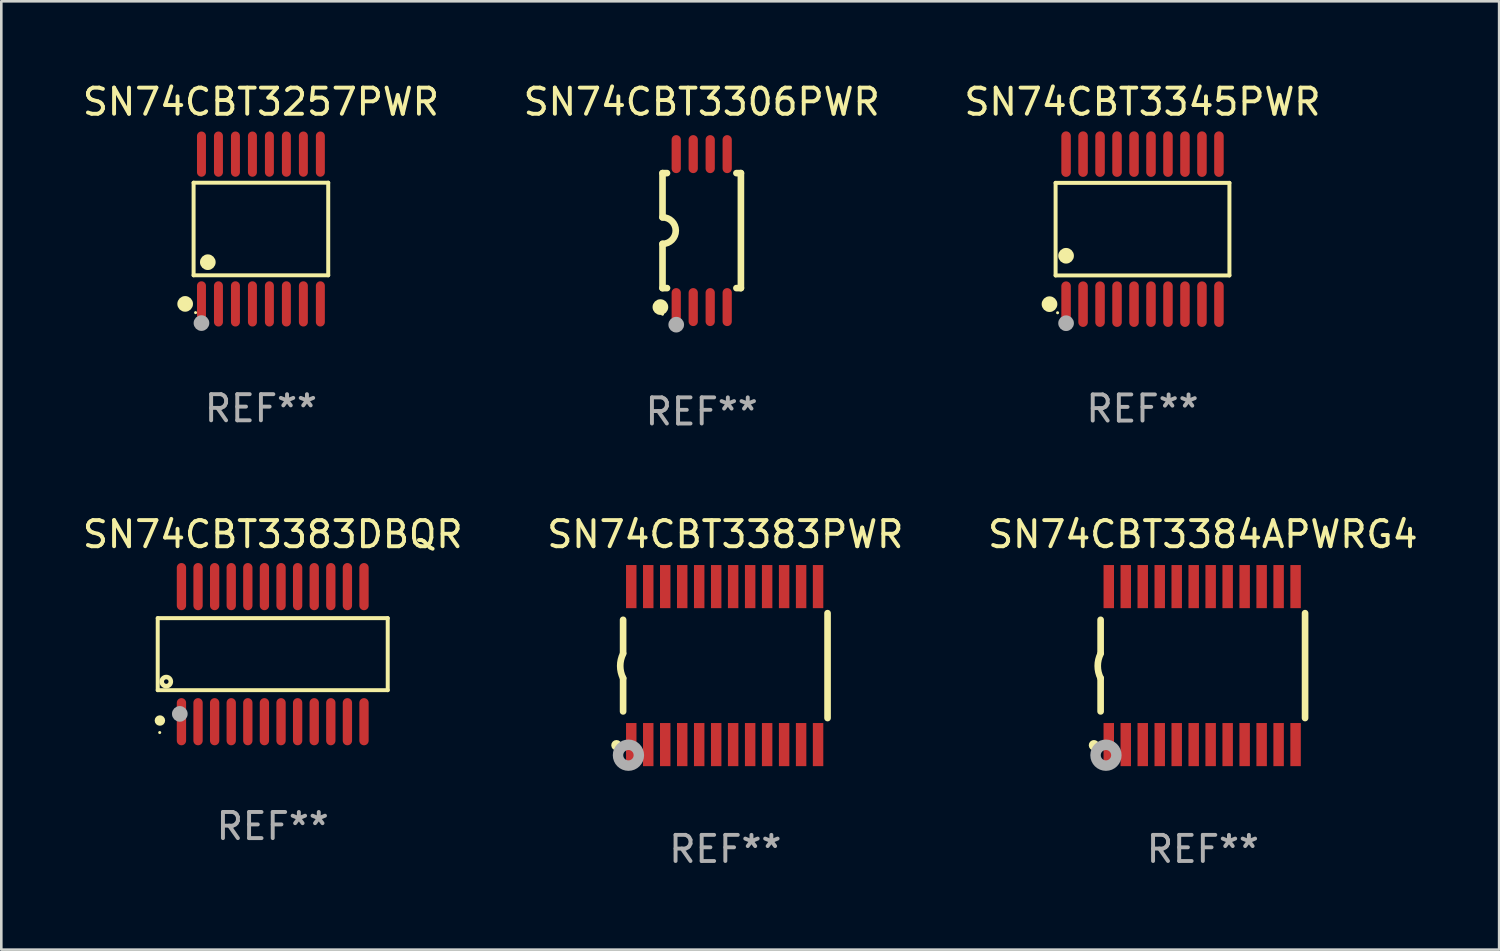
<source format=kicad_pcb>
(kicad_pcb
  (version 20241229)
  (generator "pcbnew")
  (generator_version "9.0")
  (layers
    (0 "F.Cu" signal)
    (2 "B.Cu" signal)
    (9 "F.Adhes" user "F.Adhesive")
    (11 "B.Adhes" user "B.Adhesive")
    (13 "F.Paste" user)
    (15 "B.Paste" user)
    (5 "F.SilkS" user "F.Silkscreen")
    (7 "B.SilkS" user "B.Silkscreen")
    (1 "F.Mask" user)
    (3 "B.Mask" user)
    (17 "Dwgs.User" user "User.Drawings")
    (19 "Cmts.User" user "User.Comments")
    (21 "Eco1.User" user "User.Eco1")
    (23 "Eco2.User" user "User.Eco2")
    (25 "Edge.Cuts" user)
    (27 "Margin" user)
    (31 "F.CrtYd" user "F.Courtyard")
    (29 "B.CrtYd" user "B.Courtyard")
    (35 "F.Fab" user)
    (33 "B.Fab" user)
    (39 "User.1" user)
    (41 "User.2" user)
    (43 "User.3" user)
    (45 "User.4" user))
  (footprint "SN74CBT3383PWR"
    (layer "F.Cu")
    (at 24.708 22.422)
    (property "Reference" "SN74CBT3383PWR" (at 0 -5.023 0) (layer "F.SilkS") (effects (font (size 1 1) (thickness 0.15))))
    (attr through_hole)
    (fp_line (start -3.912 -0.483) (end -3.912 -1.753) (stroke (width 0.254) (type solid)) (layer "F.SilkS"))
    (fp_line (start -3.912 1.753) (end -3.912 0.483) (stroke (width 0.254) (type solid)) (layer "F.SilkS"))
    (fp_line (start 3.912 -2.007) (end 3.912 2.007) (stroke (width 0.254) (type solid)) (layer "F.SilkS"))
    (fp_arc (start -3.911608 0.482601) (mid -4.022537 0.0127) (end -3.911608 -0.457201) (stroke (width 0.254001) (type solid)) (layer "F.SilkS"))
    (fp_circle (center -4.166 3.048) (end -4.066 3.048) (stroke (width 0.2) (type solid)) (fill no) (layer "F.SilkS"))
    (fp_circle (center -3.925 3.186) (end -3.895 3.186) (stroke (width 0.06) (type solid)) (fill no) (layer "F.SilkS"))
    (fp_circle (center -3.708 3.429) (end -3.509 3.429) (stroke (width 0.4) (type solid)) (fill no) (layer "F.Fab"))
    (fp_text user "REF**" (at 0 7.023 0) (layer "F.Fab") (effects (font (size 1 1) (thickness 0.15))))
    (pad "1" smd rect (at -3.6 3.023) (size 0.4 1.65) (layers "F.Cu" "F.Mask" "F.Paste"))
    (pad "2" smd rect (at -2.95 3.023) (size 0.4 1.65) (layers "F.Cu" "F.Mask" "F.Paste"))
    (pad "3" smd rect (at -2.3 3.023) (size 0.4 1.65) (layers "F.Cu" "F.Mask" "F.Paste"))
    (pad "4" smd rect (at -1.65 3.023) (size 0.4 1.65) (layers "F.Cu" "F.Mask" "F.Paste"))
    (pad "5" smd rect (at -1 3.023) (size 0.4 1.65) (layers "F.Cu" "F.Mask" "F.Paste"))
    (pad "6" smd rect (at -0.35 3.023) (size 0.4 1.65) (layers "F.Cu" "F.Mask" "F.Paste"))
    (pad "7" smd rect (at 0.299 3.023) (size 0.4 1.65) (layers "F.Cu" "F.Mask" "F.Paste"))
    (pad "8" smd rect (at 0.95 3.023) (size 0.4 1.65) (layers "F.Cu" "F.Mask" "F.Paste"))
    (pad "9" smd rect (at 1.6 3.023) (size 0.4 1.65) (layers "F.Cu" "F.Mask" "F.Paste"))
    (pad "10" smd rect (at 2.25 3.023) (size 0.4 1.65) (layers "F.Cu" "F.Mask" "F.Paste"))
    (pad "11" smd rect (at 2.9 3.023) (size 0.4 1.65) (layers "F.Cu" "F.Mask" "F.Paste"))
    (pad "12" smd rect (at 3.549 3.023) (size 0.4 1.65) (layers "F.Cu" "F.Mask" "F.Paste"))
    (pad "13" smd rect (at 3.549 -3.023) (size 0.4 1.65) (layers "F.Cu" "F.Mask" "F.Paste"))
    (pad "14" smd rect (at 2.9 -3.023) (size 0.4 1.65) (layers "F.Cu" "F.Mask" "F.Paste"))
    (pad "15" smd rect (at 2.25 -3.023) (size 0.4 1.65) (layers "F.Cu" "F.Mask" "F.Paste"))
    (pad "16" smd rect (at 1.6 -3.023) (size 0.4 1.65) (layers "F.Cu" "F.Mask" "F.Paste"))
    (pad "17" smd rect (at 0.95 -3.023) (size 0.4 1.65) (layers "F.Cu" "F.Mask" "F.Paste"))
    (pad "18" smd rect (at 0.299 -3.023) (size 0.4 1.65) (layers "F.Cu" "F.Mask" "F.Paste"))
    (pad "19" smd rect (at -0.35 -3.023) (size 0.4 1.65) (layers "F.Cu" "F.Mask" "F.Paste"))
    (pad "20" smd rect (at -1 -3.023) (size 0.4 1.65) (layers "F.Cu" "F.Mask" "F.Paste"))
    (pad "21" smd rect (at -1.65 -3.023) (size 0.4 1.65) (layers "F.Cu" "F.Mask" "F.Paste"))
    (pad "22" smd rect (at -2.3 -3.023) (size 0.4 1.65) (layers "F.Cu" "F.Mask" "F.Paste"))
    (pad "23" smd rect (at -2.95 -3.023) (size 0.4 1.65) (layers "F.Cu" "F.Mask" "F.Paste"))
    (pad "24" smd rect (at -3.6 -3.023) (size 0.4 1.65) (layers "F.Cu" "F.Mask" "F.Paste")))
  (footprint "SN74CBT3306PWR"
    (layer "F.Cu")
    (at 23.804 5.775)
    (property "Reference" "SN74CBT3306PWR" (at 0 -4.927 0) (layer "F.SilkS") (effects (font (size 1 1) (thickness 0.15))))
    (attr through_hole)
    (fp_line (start -1.5 -2.2) (end -1.5 -0.508) (stroke (width 0.254) (type solid)) (layer "F.SilkS"))
    (fp_line (start -1.5 -2.2) (end -1.328 -2.2) (stroke (width 0.254) (type solid)) (layer "F.SilkS"))
    (fp_line (start -1.5 2.2) (end -1.5 0.508) (stroke (width 0.254) (type solid)) (layer "F.SilkS"))
    (fp_line (start -1.5 2.2) (end -1.328 2.2) (stroke (width 0.254) (type solid)) (layer "F.SilkS"))
    (fp_line (start 1.328 -2.2) (end 1.5 -2.2) (stroke (width 0.254) (type solid)) (layer "F.SilkS"))
    (fp_line (start 1.328 2.2) (end 1.5 2.2) (stroke (width 0.254) (type solid)) (layer "F.SilkS"))
    (fp_line (start 1.5 -2.2) (end 1.5 2.2) (stroke (width 0.254) (type solid)) (layer "F.SilkS"))
    (fp_arc (start -1.501144 -0.508) (mid -0.993143 -0.000571) (end -1.5 0.508001) (stroke (width 0.254001) (type solid)) (layer "F.SilkS"))
    (fp_circle (center -1.581 2.927) (end -1.431 2.927) (stroke (width 0.3) (type solid)) (fill no) (layer "F.SilkS"))
    (fp_circle (center -1.5 3.2) (end -1.47 3.2) (stroke (width 0.06) (type solid)) (fill no) (layer "F.SilkS"))
    (fp_circle (center -0.975 3.6) (end -0.825 3.6) (stroke (width 0.3) (type solid)) (fill no) (layer "F.Fab"))
    (fp_text user "REF**" (at 0 6.927 0) (layer "F.Fab") (effects (font (size 1 1) (thickness 0.15))))
    (pad "1" smd oval (at -0.975 2.927) (size 0.353 1.454) (layers "F.Cu" "F.Mask" "F.Paste"))
    (pad "2" smd oval (at -0.325 2.927) (size 0.353 1.454) (layers "F.Cu" "F.Mask" "F.Paste"))
    (pad "3" smd oval (at 0.325 2.927) (size 0.353 1.454) (layers "F.Cu" "F.Mask" "F.Paste"))
    (pad "4" smd oval (at 0.975 2.927) (size 0.353 1.454) (layers "F.Cu" "F.Mask" "F.Paste"))
    (pad "5" smd oval (at 0.975 -2.927) (size 0.353 1.454) (layers "F.Cu" "F.Mask" "F.Paste"))
    (pad "6" smd oval (at 0.325 -2.927) (size 0.353 1.454) (layers "F.Cu" "F.Mask" "F.Paste"))
    (pad "7" smd oval (at -0.325 -2.927) (size 0.353 1.454) (layers "F.Cu" "F.Mask" "F.Paste"))
    (pad "8" smd oval (at -0.975 -2.927) (size 0.353 1.454) (layers "F.Cu" "F.Mask" "F.Paste")))
  (footprint "SN74CBT3257PWR"
    (layer "F.Cu")
    (at 6.935 5.714)
    (property "Reference" "SN74CBT3257PWR" (at 0 -4.866 0) (layer "F.SilkS") (effects (font (size 1 1) (thickness 0.15))))
    (attr through_hole)
    (fp_line (start -2.576 -1.772) (end 2.576 -1.772) (stroke (width 0.152) (type solid)) (layer "F.SilkS"))
    (fp_line (start -2.576 1.771) (end -2.576 -1.772) (stroke (width 0.152) (type solid)) (layer "F.SilkS"))
    (fp_line (start 2.576 -1.772) (end 2.576 1.771) (stroke (width 0.152) (type solid)) (layer "F.SilkS"))
    (fp_line (start 2.576 1.771) (end -2.576 1.771) (stroke (width 0.152) (type solid)) (layer "F.SilkS"))
    (fp_circle (center -2.899 2.866) (end -2.749 2.866) (stroke (width 0.3) (type solid)) (fill no) (layer "F.SilkS"))
    (fp_circle (center -2.5 3.2) (end -2.47 3.2) (stroke (width 0.06) (type solid)) (fill no) (layer "F.SilkS"))
    (fp_circle (center -2.032 1.27) (end -1.882 1.27) (stroke (width 0.3) (type solid)) (fill no) (layer "F.SilkS"))
    (fp_circle (center -2.275 3.6) (end -2.125 3.6) (stroke (width 0.3) (type solid)) (fill no) (layer "F.Fab"))
    (fp_text user "REF**" (at 0 6.866 0) (layer "F.Fab") (effects (font (size 1 1) (thickness 0.15))))
    (pad "1" smd oval (at -2.275 2.866) (size 0.343 1.731) (layers "F.Cu" "F.Mask" "F.Paste"))
    (pad "2" smd oval (at -1.625 2.866) (size 0.343 1.731) (layers "F.Cu" "F.Mask" "F.Paste"))
    (pad "3" smd oval (at -0.975 2.866) (size 0.343 1.731) (layers "F.Cu" "F.Mask" "F.Paste"))
    (pad "4" smd oval (at -0.325 2.866) (size 0.343 1.731) (layers "F.Cu" "F.Mask" "F.Paste"))
    (pad "5" smd oval (at 0.325 2.866) (size 0.343 1.731) (layers "F.Cu" "F.Mask" "F.Paste"))
    (pad "6" smd oval (at 0.975 2.866) (size 0.343 1.731) (layers "F.Cu" "F.Mask" "F.Paste"))
    (pad "7" smd oval (at 1.625 2.866) (size 0.343 1.731) (layers "F.Cu" "F.Mask" "F.Paste"))
    (pad "8" smd oval (at 2.275 2.866) (size 0.343 1.731) (layers "F.Cu" "F.Mask" "F.Paste"))
    (pad "9" smd oval (at 2.275 -2.866) (size 0.343 1.731) (layers "F.Cu" "F.Mask" "F.Paste"))
    (pad "10" smd oval (at 1.625 -2.866) (size 0.343 1.731) (layers "F.Cu" "F.Mask" "F.Paste"))
    (pad "11" smd oval (at 0.975 -2.866) (size 0.343 1.731) (layers "F.Cu" "F.Mask" "F.Paste"))
    (pad "12" smd oval (at 0.325 -2.866) (size 0.343 1.731) (layers "F.Cu" "F.Mask" "F.Paste"))
    (pad "13" smd oval (at -0.325 -2.866) (size 0.343 1.731) (layers "F.Cu" "F.Mask" "F.Paste"))
    (pad "14" smd oval (at -0.975 -2.866) (size 0.343 1.731) (layers "F.Cu" "F.Mask" "F.Paste"))
    (pad "15" smd oval (at -1.625 -2.866) (size 0.343 1.731) (layers "F.Cu" "F.Mask" "F.Paste"))
    (pad "16" smd oval (at -2.275 -2.866) (size 0.343 1.731) (layers "F.Cu" "F.Mask" "F.Paste")))
  (footprint "SN74CBT3384APWRG4"
    (layer "F.Cu")
    (at 42.982 22.422)
    (property "Reference" "SN74CBT3384APWRG4" (at 0 -5.023 0) (layer "F.SilkS") (effects (font (size 1 1) (thickness 0.15))))
    (attr through_hole)
    (fp_line (start -3.912 -0.483) (end -3.912 -1.753) (stroke (width 0.254) (type solid)) (layer "F.SilkS"))
    (fp_line (start -3.912 1.753) (end -3.912 0.483) (stroke (width 0.254) (type solid)) (layer "F.SilkS"))
    (fp_line (start 3.912 -2.007) (end 3.912 2.007) (stroke (width 0.254) (type solid)) (layer "F.SilkS"))
    (fp_arc (start -3.911608 0.482601) (mid -4.022537 0.0127) (end -3.911608 -0.457201) (stroke (width 0.254001) (type solid)) (layer "F.SilkS"))
    (fp_circle (center -4.166 3.048) (end -4.066 3.048) (stroke (width 0.2) (type solid)) (fill no) (layer "F.SilkS"))
    (fp_circle (center -3.925 3.186) (end -3.895 3.186) (stroke (width 0.06) (type solid)) (fill no) (layer "F.SilkS"))
    (fp_circle (center -3.708 3.429) (end -3.509 3.429) (stroke (width 0.4) (type solid)) (fill no) (layer "F.Fab"))
    (fp_text user "REF**" (at 0 7.023 0) (layer "F.Fab") (effects (font (size 1 1) (thickness 0.15))))
    (pad "1" smd rect (at -3.6 3.023) (size 0.4 1.65) (layers "F.Cu" "F.Mask" "F.Paste"))
    (pad "2" smd rect (at -2.95 3.023) (size 0.4 1.65) (layers "F.Cu" "F.Mask" "F.Paste"))
    (pad "3" smd rect (at -2.3 3.023) (size 0.4 1.65) (layers "F.Cu" "F.Mask" "F.Paste"))
    (pad "4" smd rect (at -1.65 3.023) (size 0.4 1.65) (layers "F.Cu" "F.Mask" "F.Paste"))
    (pad "5" smd rect (at -1 3.023) (size 0.4 1.65) (layers "F.Cu" "F.Mask" "F.Paste"))
    (pad "6" smd rect (at -0.35 3.023) (size 0.4 1.65) (layers "F.Cu" "F.Mask" "F.Paste"))
    (pad "7" smd rect (at 0.299 3.023) (size 0.4 1.65) (layers "F.Cu" "F.Mask" "F.Paste"))
    (pad "8" smd rect (at 0.95 3.023) (size 0.4 1.65) (layers "F.Cu" "F.Mask" "F.Paste"))
    (pad "9" smd rect (at 1.6 3.023) (size 0.4 1.65) (layers "F.Cu" "F.Mask" "F.Paste"))
    (pad "10" smd rect (at 2.25 3.023) (size 0.4 1.65) (layers "F.Cu" "F.Mask" "F.Paste"))
    (pad "11" smd rect (at 2.9 3.023) (size 0.4 1.65) (layers "F.Cu" "F.Mask" "F.Paste"))
    (pad "12" smd rect (at 3.549 3.023) (size 0.4 1.65) (layers "F.Cu" "F.Mask" "F.Paste"))
    (pad "13" smd rect (at 3.549 -3.023) (size 0.4 1.65) (layers "F.Cu" "F.Mask" "F.Paste"))
    (pad "14" smd rect (at 2.9 -3.023) (size 0.4 1.65) (layers "F.Cu" "F.Mask" "F.Paste"))
    (pad "15" smd rect (at 2.25 -3.023) (size 0.4 1.65) (layers "F.Cu" "F.Mask" "F.Paste"))
    (pad "16" smd rect (at 1.6 -3.023) (size 0.4 1.65) (layers "F.Cu" "F.Mask" "F.Paste"))
    (pad "17" smd rect (at 0.95 -3.023) (size 0.4 1.65) (layers "F.Cu" "F.Mask" "F.Paste"))
    (pad "18" smd rect (at 0.299 -3.023) (size 0.4 1.65) (layers "F.Cu" "F.Mask" "F.Paste"))
    (pad "19" smd rect (at -0.35 -3.023) (size 0.4 1.65) (layers "F.Cu" "F.Mask" "F.Paste"))
    (pad "20" smd rect (at -1 -3.023) (size 0.4 1.65) (layers "F.Cu" "F.Mask" "F.Paste"))
    (pad "21" smd rect (at -1.65 -3.023) (size 0.4 1.65) (layers "F.Cu" "F.Mask" "F.Paste"))
    (pad "22" smd rect (at -2.3 -3.023) (size 0.4 1.65) (layers "F.Cu" "F.Mask" "F.Paste"))
    (pad "23" smd rect (at -2.95 -3.023) (size 0.4 1.65) (layers "F.Cu" "F.Mask" "F.Paste"))
    (pad "24" smd rect (at -3.6 -3.023) (size 0.4 1.65) (layers "F.Cu" "F.Mask" "F.Paste")))
  (footprint "SN74CBT3345PWR"
    (layer "F.Cu")
    (at 40.673 5.719)
    (property "Reference" "SN74CBT3345PWR" (at 0 -4.871 0) (layer "F.SilkS") (effects (font (size 1 1) (thickness 0.15))))
    (attr through_hole)
    (fp_line (start -3.326 -1.771) (end 3.326 -1.771) (stroke (width 0.152) (type solid)) (layer "F.SilkS"))
    (fp_line (start -3.326 1.771) (end -3.326 -1.771) (stroke (width 0.152) (type solid)) (layer "F.SilkS"))
    (fp_line (start 3.326 -1.771) (end 3.326 1.771) (stroke (width 0.152) (type solid)) (layer "F.SilkS"))
    (fp_line (start 3.326 1.771) (end -3.326 1.771) (stroke (width 0.152) (type solid)) (layer "F.SilkS"))
    (fp_circle (center -3.559 2.871) (end -3.409 2.871) (stroke (width 0.3) (type solid)) (fill no) (layer "F.SilkS"))
    (fp_circle (center -3.25 3.2) (end -3.22 3.2) (stroke (width 0.06) (type solid)) (fill no) (layer "F.SilkS"))
    (fp_circle (center -2.925 1.019) (end -2.775 1.019) (stroke (width 0.3) (type solid)) (fill no) (layer "F.SilkS"))
    (fp_circle (center -2.925 3.6) (end -2.775 3.6) (stroke (width 0.3) (type solid)) (fill no) (layer "F.Fab"))
    (fp_text user "REF**" (at 0 6.871 0) (layer "F.Fab") (effects (font (size 1 1) (thickness 0.15))))
    (pad "1" smd oval (at -2.925 2.871) (size 0.364 1.742) (layers "F.Cu" "F.Mask" "F.Paste"))
    (pad "2" smd oval (at -2.275 2.871) (size 0.364 1.742) (layers "F.Cu" "F.Mask" "F.Paste"))
    (pad "3" smd oval (at -1.625 2.871) (size 0.364 1.742) (layers "F.Cu" "F.Mask" "F.Paste"))
    (pad "4" smd oval (at -0.975 2.871) (size 0.364 1.742) (layers "F.Cu" "F.Mask" "F.Paste"))
    (pad "5" smd oval (at -0.325 2.871) (size 0.364 1.742) (layers "F.Cu" "F.Mask" "F.Paste"))
    (pad "6" smd oval (at 0.325 2.871) (size 0.364 1.742) (layers "F.Cu" "F.Mask" "F.Paste"))
    (pad "7" smd oval (at 0.975 2.871) (size 0.364 1.742) (layers "F.Cu" "F.Mask" "F.Paste"))
    (pad "8" smd oval (at 1.625 2.871) (size 0.364 1.742) (layers "F.Cu" "F.Mask" "F.Paste"))
    (pad "9" smd oval (at 2.275 2.871) (size 0.364 1.742) (layers "F.Cu" "F.Mask" "F.Paste"))
    (pad "10" smd oval (at 2.925 2.871) (size 0.364 1.742) (layers "F.Cu" "F.Mask" "F.Paste"))
    (pad "11" smd oval (at 2.925 -2.871) (size 0.364 1.742) (layers "F.Cu" "F.Mask" "F.Paste"))
    (pad "12" smd oval (at 2.275 -2.871) (size 0.364 1.742) (layers "F.Cu" "F.Mask" "F.Paste"))
    (pad "13" smd oval (at 1.625 -2.871) (size 0.364 1.742) (layers "F.Cu" "F.Mask" "F.Paste"))
    (pad "14" smd oval (at 0.975 -2.871) (size 0.364 1.742) (layers "F.Cu" "F.Mask" "F.Paste"))
    (pad "15" smd oval (at 0.325 -2.871) (size 0.364 1.742) (layers "F.Cu" "F.Mask" "F.Paste"))
    (pad "16" smd oval (at -0.325 -2.871) (size 0.364 1.742) (layers "F.Cu" "F.Mask" "F.Paste"))
    (pad "17" smd oval (at -0.975 -2.871) (size 0.364 1.742) (layers "F.Cu" "F.Mask" "F.Paste"))
    (pad "18" smd oval (at -1.625 -2.871) (size 0.364 1.742) (layers "F.Cu" "F.Mask" "F.Paste"))
    (pad "19" smd oval (at -2.275 -2.871) (size 0.364 1.742) (layers "F.Cu" "F.Mask" "F.Paste"))
    (pad "20" smd oval (at -2.925 -2.871) (size 0.364 1.742) (layers "F.Cu" "F.Mask" "F.Paste")))
  (footprint "SN74CBT3383DBQR"
    (layer "F.Cu")
    (at 7.387 21.984)
    (property "Reference" "SN74CBT3383DBQR" (at 0 -4.585 0) (layer "F.SilkS") (effects (font (size 1 1) (thickness 0.15))))
    (attr through_hole)
    (fp_line (start -4.401 -1.378) (end 4.401 -1.378) (stroke (width 0.152) (type solid)) (layer "F.SilkS"))
    (fp_line (start -4.401 1.378) (end -4.401 -1.378) (stroke (width 0.152) (type solid)) (layer "F.SilkS"))
    (fp_line (start 4.401 -1.378) (end 4.401 1.378) (stroke (width 0.152) (type solid)) (layer "F.SilkS"))
    (fp_line (start 4.401 1.378) (end -4.401 1.378) (stroke (width 0.152) (type solid)) (layer "F.SilkS"))
    (fp_circle (center -4.325 3) (end -4.295 3) (stroke (width 0.06) (type solid)) (fill no) (layer "F.SilkS"))
    (fp_circle (center -4.318 2.54) (end -4.218 2.54) (stroke (width 0.2) (type solid)) (fill no) (layer "F.SilkS"))
    (fp_circle (center -4.074 1.05) (end -3.987 1.05) (stroke (width 0.175) (type solid)) (fill no) (layer "F.SilkS"))
    (fp_circle (center -3.556 2.286) (end -3.406 2.286) (stroke (width 0.3) (type solid)) (fill no) (layer "F.Fab"))
    (fp_text user "REF**" (at 0 6.585 0) (layer "F.Fab") (effects (font (size 1 1) (thickness 0.15))))
    (pad "1" smd oval (at -3.493 2.585) (size 0.356 1.805) (layers "F.Cu" "F.Mask" "F.Paste"))
    (pad "2" smd oval (at -2.858 2.585) (size 0.356 1.805) (layers "F.Cu" "F.Mask" "F.Paste"))
    (pad "3" smd oval (at -2.223 2.585) (size 0.356 1.805) (layers "F.Cu" "F.Mask" "F.Paste"))
    (pad "4" smd oval (at -1.588 2.585) (size 0.356 1.805) (layers "F.Cu" "F.Mask" "F.Paste"))
    (pad "5" smd oval (at -0.953 2.585) (size 0.356 1.805) (layers "F.Cu" "F.Mask" "F.Paste"))
    (pad "6" smd oval (at -0.318 2.585) (size 0.356 1.805) (layers "F.Cu" "F.Mask" "F.Paste"))
    (pad "7" smd oval (at 0.318 2.585) (size 0.356 1.805) (layers "F.Cu" "F.Mask" "F.Paste"))
    (pad "8" smd oval (at 0.953 2.585) (size 0.356 1.805) (layers "F.Cu" "F.Mask" "F.Paste"))
    (pad "9" smd oval (at 1.588 2.585) (size 0.356 1.805) (layers "F.Cu" "F.Mask" "F.Paste"))
    (pad "10" smd oval (at 2.223 2.585) (size 0.356 1.805) (layers "F.Cu" "F.Mask" "F.Paste"))
    (pad "11" smd oval (at 2.858 2.585) (size 0.356 1.805) (layers "F.Cu" "F.Mask" "F.Paste"))
    (pad "12" smd oval (at 3.493 2.585) (size 0.356 1.805) (layers "F.Cu" "F.Mask" "F.Paste"))
    (pad "13" smd oval (at 3.493 -2.585) (size 0.356 1.805) (layers "F.Cu" "F.Mask" "F.Paste"))
    (pad "14" smd oval (at 2.858 -2.585) (size 0.356 1.805) (layers "F.Cu" "F.Mask" "F.Paste"))
    (pad "15" smd oval (at 2.223 -2.585) (size 0.356 1.805) (layers "F.Cu" "F.Mask" "F.Paste"))
    (pad "16" smd oval (at 1.588 -2.585) (size 0.356 1.805) (layers "F.Cu" "F.Mask" "F.Paste"))
    (pad "17" smd oval (at 0.953 -2.585) (size 0.356 1.805) (layers "F.Cu" "F.Mask" "F.Paste"))
    (pad "18" smd oval (at 0.318 -2.585) (size 0.356 1.805) (layers "F.Cu" "F.Mask" "F.Paste"))
    (pad "19" smd oval (at -0.318 -2.585) (size 0.356 1.805) (layers "F.Cu" "F.Mask" "F.Paste"))
    (pad "20" smd oval (at -0.953 -2.585) (size 0.356 1.805) (layers "F.Cu" "F.Mask" "F.Paste"))
    (pad "21" smd oval (at -1.588 -2.585) (size 0.356 1.805) (layers "F.Cu" "F.Mask" "F.Paste"))
    (pad "22" smd oval (at -2.223 -2.585) (size 0.356 1.805) (layers "F.Cu" "F.Mask" "F.Paste"))
    (pad "23" smd oval (at -2.858 -2.585) (size 0.356 1.805) (layers "F.Cu" "F.Mask" "F.Paste"))
    (pad "24" smd oval (at -3.493 -2.585) (size 0.356 1.805) (layers "F.Cu" "F.Mask" "F.Paste")))
  (gr_rect
    (start -3 -3)
    (end 54.321 33.292)
    (stroke (width 0.1) (type default))
    (fill no)
    (layer "Edge.Cuts")))
</source>
